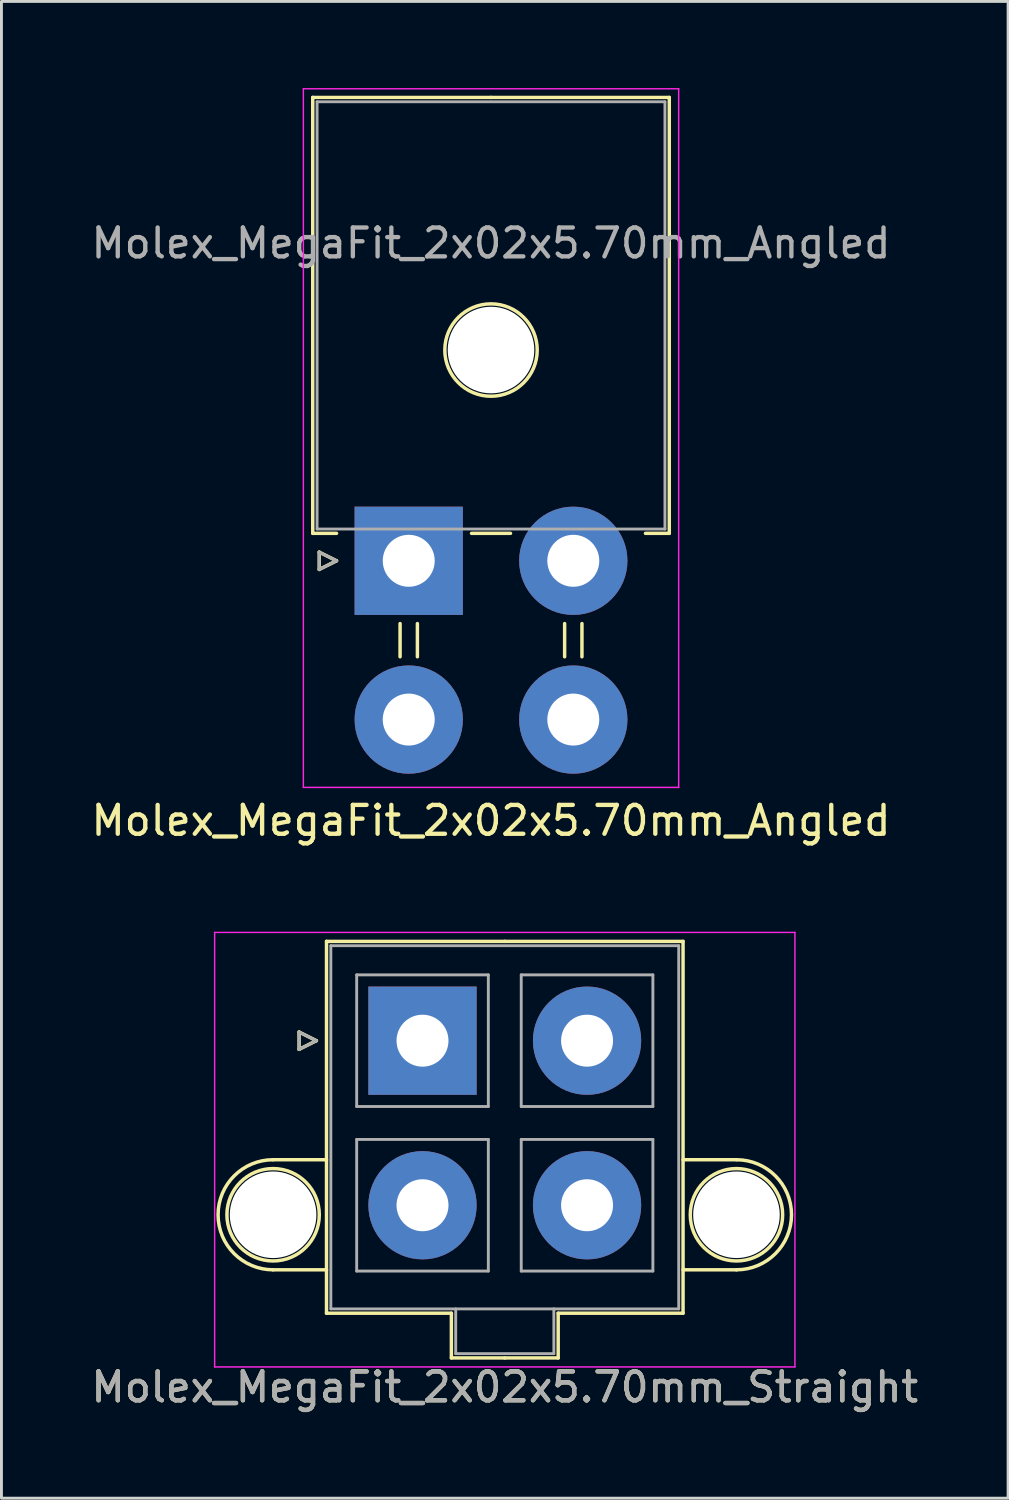
<source format=kicad_pcb>
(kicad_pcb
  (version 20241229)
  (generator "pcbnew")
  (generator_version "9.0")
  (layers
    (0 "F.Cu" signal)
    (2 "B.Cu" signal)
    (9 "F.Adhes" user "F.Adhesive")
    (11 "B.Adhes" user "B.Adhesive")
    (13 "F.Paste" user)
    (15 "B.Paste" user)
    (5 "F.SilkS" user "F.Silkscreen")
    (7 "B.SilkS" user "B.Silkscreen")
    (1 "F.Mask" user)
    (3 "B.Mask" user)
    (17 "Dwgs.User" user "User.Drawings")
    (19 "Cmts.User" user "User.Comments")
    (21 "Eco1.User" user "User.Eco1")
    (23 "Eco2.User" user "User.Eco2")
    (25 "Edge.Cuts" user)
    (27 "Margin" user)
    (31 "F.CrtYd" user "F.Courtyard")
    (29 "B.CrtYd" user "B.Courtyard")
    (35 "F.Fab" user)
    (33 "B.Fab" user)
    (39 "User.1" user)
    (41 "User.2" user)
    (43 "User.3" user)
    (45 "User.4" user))
  (footprint "Molex_MegaFit_2x02x5.70mm_Angled"
    (layer "F.Cu")
    (at 11.108 16.375)
    (property "Reference" "Molex_MegaFit_2x02x5.70mm_Angled" (at 2.85 9 0) (layer "F.SilkS") (effects (font (size 1 1) (thickness 0.15))))
    (attr through_hole)
    (fp_line (start -3.325 -16.05) (end -3.325 -0.95) (stroke (width 0.12) (type solid)) (layer "F.SilkS"))
    (fp_line (start -3.325 -0.95) (end -2.5 -0.95) (stroke (width 0.12) (type solid)) (layer "F.SilkS"))
    (fp_line (start -3.1 -0.3) (end -2.5 0) (stroke (width 0.12) (type solid)) (layer "F.SilkS"))
    (fp_line (start -3.1 0.3) (end -3.1 -0.3) (stroke (width 0.12) (type solid)) (layer "F.SilkS"))
    (fp_line (start -2.5 0) (end -3.1 0.3) (stroke (width 0.12) (type solid)) (layer "F.SilkS"))
    (fp_line (start -0.3 2.175) (end -0.3 3.325) (stroke (width 0.12) (type solid)) (layer "F.SilkS"))
    (fp_line (start 0.3 2.175) (end 0.3 3.325) (stroke (width 0.12) (type solid)) (layer "F.SilkS"))
    (fp_line (start 2.175 -0.95) (end 3.525 -0.95) (stroke (width 0.12) (type solid)) (layer "F.SilkS"))
    (fp_line (start 2.85 -16.05) (end -3.325 -16.05) (stroke (width 0.12) (type solid)) (layer "F.SilkS"))
    (fp_line (start 2.85 -16.05) (end 9.025 -16.05) (stroke (width 0.12) (type solid)) (layer "F.SilkS"))
    (fp_line (start 5.4 2.175) (end 5.4 3.325) (stroke (width 0.12) (type solid)) (layer "F.SilkS"))
    (fp_line (start 6 2.175) (end 6 3.325) (stroke (width 0.12) (type solid)) (layer "F.SilkS"))
    (fp_line (start 9.025 -16.05) (end 9.025 -0.95) (stroke (width 0.12) (type solid)) (layer "F.SilkS"))
    (fp_line (start 9.025 -0.95) (end 8.2 -0.95) (stroke (width 0.12) (type solid)) (layer "F.SilkS"))
    (fp_circle (center 2.85 -7.3) (end 4.45 -7.3) (stroke (width 0.12) (type solid)) (fill no) (layer "F.SilkS"))
    (fp_line (start -3.65 -16.35) (end -3.65 7.85) (stroke (width 0.05) (type solid)) (layer "F.CrtYd"))
    (fp_line (start -3.65 7.85) (end 9.35 7.85) (stroke (width 0.05) (type solid)) (layer "F.CrtYd"))
    (fp_line (start 9.35 -16.35) (end -3.65 -16.35) (stroke (width 0.05) (type solid)) (layer "F.CrtYd"))
    (fp_line (start 9.35 7.85) (end 9.35 -16.35) (stroke (width 0.05) (type solid)) (layer "F.CrtYd"))
    (fp_line (start -3.175 -15.9) (end -3.175 -1.1) (stroke (width 0.1) (type solid)) (layer "F.Fab"))
    (fp_line (start -3.175 -1.1) (end 8.875 -1.1) (stroke (width 0.1) (type solid)) (layer "F.Fab"))
    (fp_line (start -3.1 -0.3) (end -2.5 0) (stroke (width 0.1) (type solid)) (layer "F.Fab"))
    (fp_line (start -3.1 0.3) (end -3.1 -0.3) (stroke (width 0.1) (type solid)) (layer "F.Fab"))
    (fp_line (start -2.5 0) (end -3.1 0.3) (stroke (width 0.1) (type solid)) (layer "F.Fab"))
    (fp_line (start 8.875 -15.9) (end -3.175 -15.9) (stroke (width 0.1) (type solid)) (layer "F.Fab"))
    (fp_line (start 8.875 -1.1) (end 8.875 -15.9) (stroke (width 0.1) (type solid)) (layer "F.Fab"))
    (fp_text user "${REFERENCE}" (at 2.85 -11 0) (layer "F.Fab") (effects (font (size 1 1) (thickness 0.15))))
    (pad "" np_thru_hole circle (at 2.85 -7.3) (size 3 3) (drill 3) (layers "*.Cu" "*.Mask"))
    (pad "1" thru_hole rect (at 0 0) (size 3.75 3.75) (drill 1.8) (layers "*.Cu" "*.Mask"))
    (pad "2" thru_hole circle (at 5.7 0) (size 3.75 3.75) (drill 1.8) (layers "*.Cu" "*.Mask"))
    (pad "3" thru_hole circle (at 0 5.5) (size 3.75 3.75) (drill 1.8) (layers "*.Cu" "*.Mask"))
    (pad "4" thru_hole circle (at 5.7 5.5) (size 3.75 3.75) (drill 1.8) (layers "*.Cu" "*.Mask")))
  (footprint "Molex_MegaFit_2x02x5.70mm_Straight"
    (layer "F.Cu")
    (at 11.585 32.998)
    (property "Reference" "Molex_MegaFit_2x02x5.70mm_Straight" (at 2.85 12 0) (layer "F.SilkS") (effects (font (size 1 1) (thickness 0.15))))
    (attr through_hole)
    (fp_line (start -5.175 4.124) (end -3.325 4.124) (stroke (width 0.12) (type solid)) (layer "F.SilkS"))
    (fp_line (start -5.175 7.936) (end -3.325 7.936) (stroke (width 0.12) (type solid)) (layer "F.SilkS"))
    (fp_line (start -4.275 -0.3) (end -3.675 0) (stroke (width 0.12) (type solid)) (layer "F.SilkS"))
    (fp_line (start -4.275 0.3) (end -4.275 -0.3) (stroke (width 0.12) (type solid)) (layer "F.SilkS"))
    (fp_line (start -3.675 0) (end -4.275 0.3) (stroke (width 0.12) (type solid)) (layer "F.SilkS"))
    (fp_line (start -3.325 -3.44) (end -3.325 9.44) (stroke (width 0.12) (type solid)) (layer "F.SilkS"))
    (fp_line (start -3.325 9.44) (end 1 9.44) (stroke (width 0.12) (type solid)) (layer "F.SilkS"))
    (fp_line (start 1 9.44) (end 1 10.99) (stroke (width 0.12) (type solid)) (layer "F.SilkS"))
    (fp_line (start 1 10.99) (end 2.85 10.99) (stroke (width 0.12) (type solid)) (layer "F.SilkS"))
    (fp_line (start 2.85 -3.44) (end -3.325 -3.44) (stroke (width 0.12) (type solid)) (layer "F.SilkS"))
    (fp_line (start 2.85 -3.44) (end 9.025 -3.44) (stroke (width 0.12) (type solid)) (layer "F.SilkS"))
    (fp_line (start 4.7 9.44) (end 4.7 10.99) (stroke (width 0.12) (type solid)) (layer "F.SilkS"))
    (fp_line (start 4.7 10.99) (end 2.85 10.99) (stroke (width 0.12) (type solid)) (layer "F.SilkS"))
    (fp_line (start 9.025 -3.44) (end 9.025 9.44) (stroke (width 0.12) (type solid)) (layer "F.SilkS"))
    (fp_line (start 9.025 9.44) (end 4.7 9.44) (stroke (width 0.12) (type solid)) (layer "F.SilkS"))
    (fp_line (start 10.875 4.124) (end 9.025 4.124) (stroke (width 0.12) (type solid)) (layer "F.SilkS"))
    (fp_line (start 10.875 7.936) (end 9.025 7.936) (stroke (width 0.12) (type solid)) (layer "F.SilkS"))
    (fp_arc (start -5.175 7.93625) (mid -7.08125 6.03) (end -5.175 4.12375) (stroke (width 0.12) (type solid)) (layer "F.SilkS"))
    (fp_arc (start 10.875 4.12375) (mid 12.78125 6.03) (end 10.875 7.93625) (stroke (width 0.12) (type solid)) (layer "F.SilkS"))
    (fp_circle (center -5.175 6.03) (end -3.575 6.03) (stroke (width 0.12) (type solid)) (fill no) (layer "F.SilkS"))
    (fp_circle (center 10.875 6.03) (end 12.475 6.03) (stroke (width 0.12) (type solid)) (fill no) (layer "F.SilkS"))
    (fp_line (start -7.2 -3.75) (end -7.2 11.3) (stroke (width 0.05) (type solid)) (layer "F.CrtYd"))
    (fp_line (start -7.2 11.3) (end 12.9 11.3) (stroke (width 0.05) (type solid)) (layer "F.CrtYd"))
    (fp_line (start 12.9 -3.75) (end -7.2 -3.75) (stroke (width 0.05) (type solid)) (layer "F.CrtYd"))
    (fp_line (start 12.9 11.3) (end 12.9 -3.75) (stroke (width 0.05) (type solid)) (layer "F.CrtYd"))
    (fp_line (start -4.275 -0.3) (end -3.675 0) (stroke (width 0.1) (type solid)) (layer "F.Fab"))
    (fp_line (start -4.275 0.3) (end -4.275 -0.3) (stroke (width 0.1) (type solid)) (layer "F.Fab"))
    (fp_line (start -3.675 0) (end -4.275 0.3) (stroke (width 0.1) (type solid)) (layer "F.Fab"))
    (fp_line (start -3.175 -3.29) (end -3.175 9.29) (stroke (width 0.1) (type solid)) (layer "F.Fab"))
    (fp_line (start -3.175 9.29) (end 8.875 9.29) (stroke (width 0.1) (type solid)) (layer "F.Fab"))
    (fp_line (start -2.28 -2.28) (end -2.28 2.28) (stroke (width 0.1) (type solid)) (layer "F.Fab"))
    (fp_line (start -2.28 2.28) (end 2.28 2.28) (stroke (width 0.1) (type solid)) (layer "F.Fab"))
    (fp_line (start -2.28 3.42) (end -2.28 7.98) (stroke (width 0.1) (type solid)) (layer "F.Fab"))
    (fp_line (start -2.28 7.98) (end 2.28 7.98) (stroke (width 0.1) (type solid)) (layer "F.Fab"))
    (fp_line (start 1.15 9.29) (end 1.15 10.84) (stroke (width 0.1) (type solid)) (layer "F.Fab"))
    (fp_line (start 1.15 10.84) (end 4.55 10.84) (stroke (width 0.1) (type solid)) (layer "F.Fab"))
    (fp_line (start 2.28 -2.28) (end -2.28 -2.28) (stroke (width 0.1) (type solid)) (layer "F.Fab"))
    (fp_line (start 2.28 2.28) (end 2.28 -2.28) (stroke (width 0.1) (type solid)) (layer "F.Fab"))
    (fp_line (start 2.28 3.42) (end -2.28 3.42) (stroke (width 0.1) (type solid)) (layer "F.Fab"))
    (fp_line (start 2.28 7.98) (end 2.28 3.42) (stroke (width 0.1) (type solid)) (layer "F.Fab"))
    (fp_line (start 3.42 -2.28) (end 3.42 2.28) (stroke (width 0.1) (type solid)) (layer "F.Fab"))
    (fp_line (start 3.42 2.28) (end 7.98 2.28) (stroke (width 0.1) (type solid)) (layer "F.Fab"))
    (fp_line (start 3.42 3.42) (end 3.42 7.98) (stroke (width 0.1) (type solid)) (layer "F.Fab"))
    (fp_line (start 3.42 7.98) (end 7.98 7.98) (stroke (width 0.1) (type solid)) (layer "F.Fab"))
    (fp_line (start 4.55 10.84) (end 4.55 9.29) (stroke (width 0.1) (type solid)) (layer "F.Fab"))
    (fp_line (start 7.98 -2.28) (end 3.42 -2.28) (stroke (width 0.1) (type solid)) (layer "F.Fab"))
    (fp_line (start 7.98 2.28) (end 7.98 -2.28) (stroke (width 0.1) (type solid)) (layer "F.Fab"))
    (fp_line (start 7.98 3.42) (end 3.42 3.42) (stroke (width 0.1) (type solid)) (layer "F.Fab"))
    (fp_line (start 7.98 7.98) (end 7.98 3.42) (stroke (width 0.1) (type solid)) (layer "F.Fab"))
    (fp_line (start 8.875 -3.29) (end -3.175 -3.29) (stroke (width 0.1) (type solid)) (layer "F.Fab"))
    (fp_line (start 8.875 9.29) (end 8.875 -3.29) (stroke (width 0.1) (type solid)) (layer "F.Fab"))
    (fp_text user "${REFERENCE}" (at 2.85 12 0) (layer "F.Fab") (effects (font (size 1 1) (thickness 0.15))))
    (pad "" np_thru_hole circle (at -5.175 6.03) (size 3 3) (drill 3) (layers "*.Cu" "*.Mask"))
    (pad "" np_thru_hole circle (at 10.875 6.03) (size 3 3) (drill 3) (layers "*.Cu" "*.Mask"))
    (pad "1" thru_hole rect (at 0 0) (size 3.75 3.75) (drill 1.8) (layers "*.Cu" "*.Mask"))
    (pad "2" thru_hole circle (at 5.7 0) (size 3.75 3.75) (drill 1.8) (layers "*.Cu" "*.Mask"))
    (pad "3" thru_hole circle (at 0 5.7) (size 3.75 3.75) (drill 1.8) (layers "*.Cu" "*.Mask"))
    (pad "4" thru_hole circle (at 5.7 5.7) (size 3.75 3.75) (drill 1.8) (layers "*.Cu" "*.Mask")))
  (gr_rect
    (start -3 -3)
    (end 31.869 48.846)
    (stroke (width 0.1) (type default))
    (fill no)
    (layer "Edge.Cuts")))
</source>
